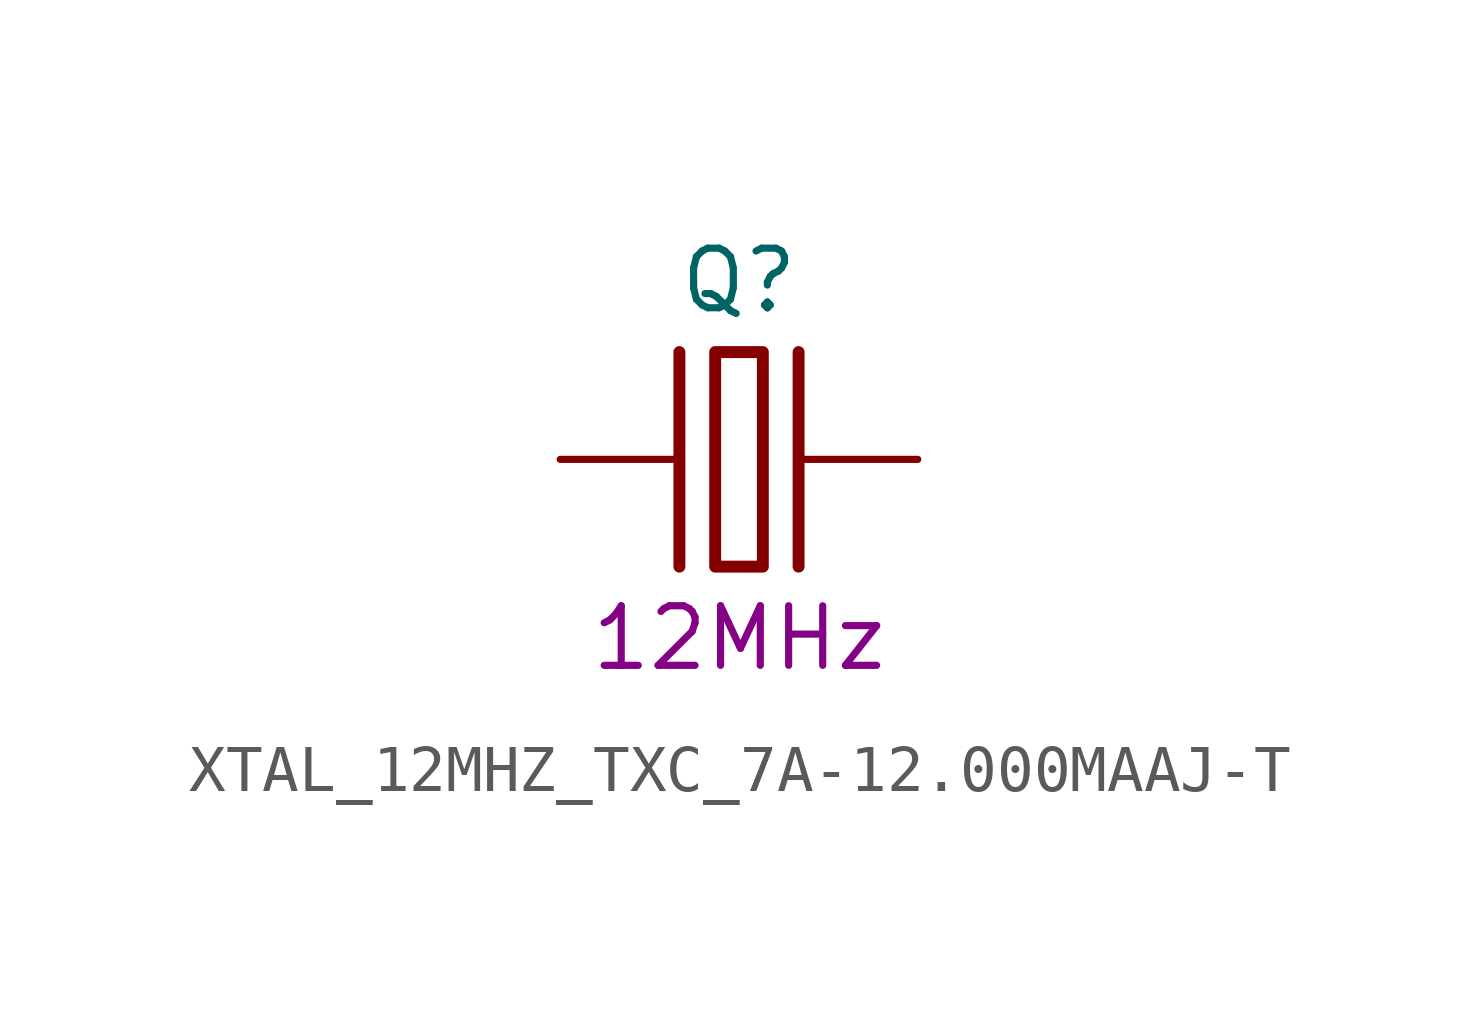
<source format=kicad_sym>
(kicad_symbol_lib
  (version 20241209)
  (generator "kicad_symbol_editor")
  (generator_version "9.0")
  (symbol "XTAL_12MHZ_TXC_7A-12.000MAAJ-T"
    (pin_names
      (offset 1.27))
    (property "Reference" "Q"
      (at 3.81 3.81 0)
      (effects (font (size 1.27 1.27))))
    (property "Val" "12MHz"
      (at 3.81 -3.81 0)
      (effects (font (size 1.27 1.27))))
    (property "ki_locked" ""
      (at 0 0 0)
      (effects (font (size 1.27 1.27))))
    (symbol "XTAL_12MHZ_TXC_7A-12.000MAAJ-T_0_1"
      (polyline (pts (xy 2.54 2.286) (xy 2.54 -2.286)) (stroke (width 0.254) (type solid)) (fill (type none)))
      (polyline (pts (xy 4.318 -2.286) (xy 3.302 -2.286) (xy 3.302 2.286) (xy 4.318 2.286) (xy 4.318 -2.286)) (stroke (width 0.254) (type solid)) (fill (type none)))
      (polyline (pts (xy 5.08 2.286) (xy 5.08 -2.286)) (stroke (width 0.254) (type solid)) (fill (type none)))
      (pin passive line (at 0 0 0) (length 2.54) (name "OSC1" (effects (font (size 0 0)))) (number "1" (effects (font (size 0 0)))))
      (pin passive line (at 7.62 0 180) (length 2.54) (name "OSC2" (effects (font (size 0 0)))) (number "2" (effects (font (size 0 0))))))))
</source>
